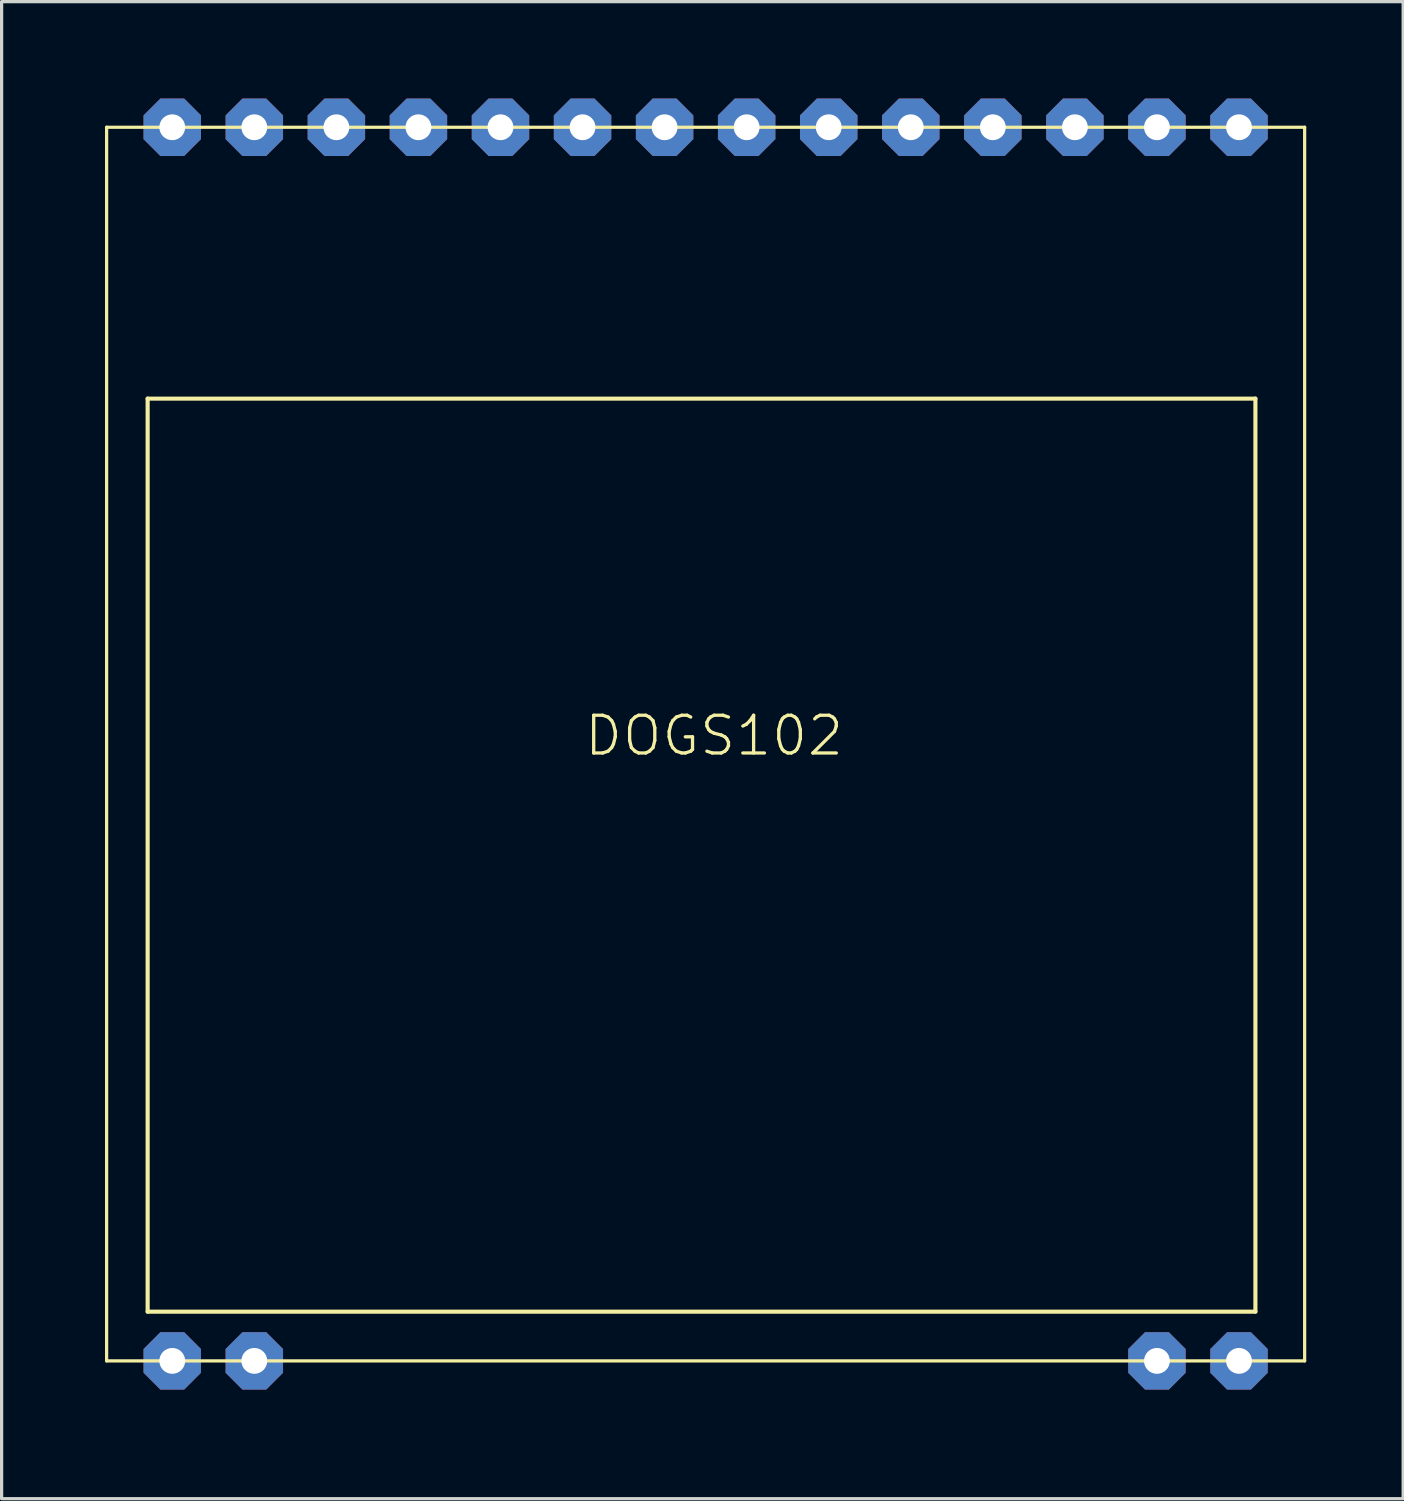
<source format=kicad_pcb>
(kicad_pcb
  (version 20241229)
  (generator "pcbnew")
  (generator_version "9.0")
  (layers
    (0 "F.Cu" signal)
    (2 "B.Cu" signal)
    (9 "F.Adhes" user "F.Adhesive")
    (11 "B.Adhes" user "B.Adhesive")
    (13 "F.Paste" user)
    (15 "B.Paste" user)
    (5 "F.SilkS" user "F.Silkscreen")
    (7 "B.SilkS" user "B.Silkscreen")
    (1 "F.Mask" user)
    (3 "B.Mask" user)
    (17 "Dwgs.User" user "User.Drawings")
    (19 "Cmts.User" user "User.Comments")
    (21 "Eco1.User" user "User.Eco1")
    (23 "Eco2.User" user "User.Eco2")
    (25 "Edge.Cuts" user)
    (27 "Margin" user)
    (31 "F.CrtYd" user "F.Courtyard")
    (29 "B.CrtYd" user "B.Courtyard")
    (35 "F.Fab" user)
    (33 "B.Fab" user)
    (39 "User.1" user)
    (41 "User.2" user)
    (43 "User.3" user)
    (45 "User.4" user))
  (footprint "DOGS102"
    (layer "F.Cu")
    (at 0.25 40.091)
    (property "Reference" "DOGS102" (at 14.732 -19.685 0) (layer "F.SilkS") (effects (font (size 1.168 1.168) (thickness 0.102)) (justify left bottom)))
    (fp_line (start 0 -39.202) (end 37.084 -39.202) (stroke (width 0.1) (type solid)) (layer "F.SilkS"))
    (fp_line (start 0 -1.016) (end 0 -39.202) (stroke (width 0.1) (type solid)) (layer "F.SilkS"))
    (fp_line (start 1.27 -30.802) (end 35.56 -30.802) (stroke (width 0.127) (type solid)) (layer "F.SilkS"))
    (fp_line (start 1.27 -2.54) (end 1.27 -30.802) (stroke (width 0.127) (type solid)) (layer "F.SilkS"))
    (fp_line (start 35.56 -30.802) (end 35.56 -2.54) (stroke (width 0.127) (type solid)) (layer "F.SilkS"))
    (fp_line (start 35.56 -2.54) (end 1.27 -2.54) (stroke (width 0.127) (type solid)) (layer "F.SilkS"))
    (fp_line (start 37.084 -39.202) (end 37.084 -1.016) (stroke (width 0.1) (type solid)) (layer "F.SilkS"))
    (fp_line (start 37.084 -1.016) (end 0 -1.016) (stroke (width 0.1) (type solid)) (layer "F.SilkS"))
    (pad "1" thru_hole roundrect (at 2.032 -1.016) (size 1.778 1.778) (drill 0.8) (layers "*.Cu" "*.Mask") (roundrect_rratio 0.25) (chamfer_ratio 0.293) (chamfer top_left top_right bottom_left bottom_right))
    (pad "2" thru_hole roundrect (at 4.572 -1.016) (size 1.778 1.778) (drill 0.8) (layers "*.Cu" "*.Mask") (roundrect_rratio 0.25) (chamfer_ratio 0.293) (chamfer top_left top_right bottom_left bottom_right))
    (pad "13" thru_hole roundrect (at 32.512 -1.016) (size 1.778 1.778) (drill 0.8) (layers "*.Cu" "*.Mask") (roundrect_rratio 0.25) (chamfer_ratio 0.293) (chamfer top_left top_right bottom_left bottom_right))
    (pad "14" thru_hole roundrect (at 35.052 -1.016) (size 1.778 1.778) (drill 0.8) (layers "*.Cu" "*.Mask") (roundrect_rratio 0.25) (chamfer_ratio 0.293) (chamfer top_left top_right bottom_left bottom_right))
    (pad "15" thru_hole roundrect (at 35.052 -39.202) (size 1.778 1.778) (drill 0.8) (layers "*.Cu" "*.Mask") (roundrect_rratio 0.25) (chamfer_ratio 0.293) (chamfer top_left top_right bottom_left bottom_right))
    (pad "16" thru_hole roundrect (at 32.512 -39.202) (size 1.778 1.778) (drill 0.8) (layers "*.Cu" "*.Mask") (roundrect_rratio 0.25) (chamfer_ratio 0.293) (chamfer top_left top_right bottom_left bottom_right))
    (pad "17" thru_hole roundrect (at 29.972 -39.202) (size 1.778 1.778) (drill 0.8) (layers "*.Cu" "*.Mask") (roundrect_rratio 0.25) (chamfer_ratio 0.293) (chamfer top_left top_right bottom_left bottom_right))
    (pad "18" thru_hole roundrect (at 27.432 -39.202) (size 1.778 1.778) (drill 0.8) (layers "*.Cu" "*.Mask") (roundrect_rratio 0.25) (chamfer_ratio 0.293) (chamfer top_left top_right bottom_left bottom_right))
    (pad "19" thru_hole roundrect (at 24.892 -39.202) (size 1.778 1.778) (drill 0.8) (layers "*.Cu" "*.Mask") (roundrect_rratio 0.25) (chamfer_ratio 0.293) (chamfer top_left top_right bottom_left bottom_right))
    (pad "20" thru_hole roundrect (at 22.352 -39.202) (size 1.778 1.778) (drill 0.8) (layers "*.Cu" "*.Mask") (roundrect_rratio 0.25) (chamfer_ratio 0.293) (chamfer top_left top_right bottom_left bottom_right))
    (pad "21" thru_hole roundrect (at 19.812 -39.202) (size 1.778 1.778) (drill 0.8) (layers "*.Cu" "*.Mask") (roundrect_rratio 0.25) (chamfer_ratio 0.293) (chamfer top_left top_right bottom_left bottom_right))
    (pad "22" thru_hole roundrect (at 17.272 -39.202) (size 1.778 1.778) (drill 0.8) (layers "*.Cu" "*.Mask") (roundrect_rratio 0.25) (chamfer_ratio 0.293) (chamfer top_left top_right bottom_left bottom_right))
    (pad "23" thru_hole roundrect (at 14.732 -39.202) (size 1.778 1.778) (drill 0.8) (layers "*.Cu" "*.Mask") (roundrect_rratio 0.25) (chamfer_ratio 0.293) (chamfer top_left top_right bottom_left bottom_right))
    (pad "24" thru_hole roundrect (at 12.192 -39.202) (size 1.778 1.778) (drill 0.8) (layers "*.Cu" "*.Mask") (roundrect_rratio 0.25) (chamfer_ratio 0.293) (chamfer top_left top_right bottom_left bottom_right))
    (pad "25" thru_hole roundrect (at 9.652 -39.202) (size 1.778 1.778) (drill 0.8) (layers "*.Cu" "*.Mask") (roundrect_rratio 0.25) (chamfer_ratio 0.293) (chamfer top_left top_right bottom_left bottom_right))
    (pad "26" thru_hole roundrect (at 7.112 -39.202) (size 1.778 1.778) (drill 0.8) (layers "*.Cu" "*.Mask") (roundrect_rratio 0.25) (chamfer_ratio 0.293) (chamfer top_left top_right bottom_left bottom_right))
    (pad "27" thru_hole roundrect (at 4.572 -39.202) (size 1.778 1.778) (drill 0.8) (layers "*.Cu" "*.Mask") (roundrect_rratio 0.25) (chamfer_ratio 0.293) (chamfer top_left top_right bottom_left bottom_right))
    (pad "28" thru_hole roundrect (at 2.032 -39.202) (size 1.778 1.778) (drill 0.8) (layers "*.Cu" "*.Mask") (roundrect_rratio 0.25) (chamfer_ratio 0.293) (chamfer top_left top_right bottom_left bottom_right)))
  (gr_rect
    (start -3 -3)
    (end 40.384 43.341)
    (stroke (width 0.1) (type default))
    (fill no)
    (layer "Edge.Cuts")))
</source>
